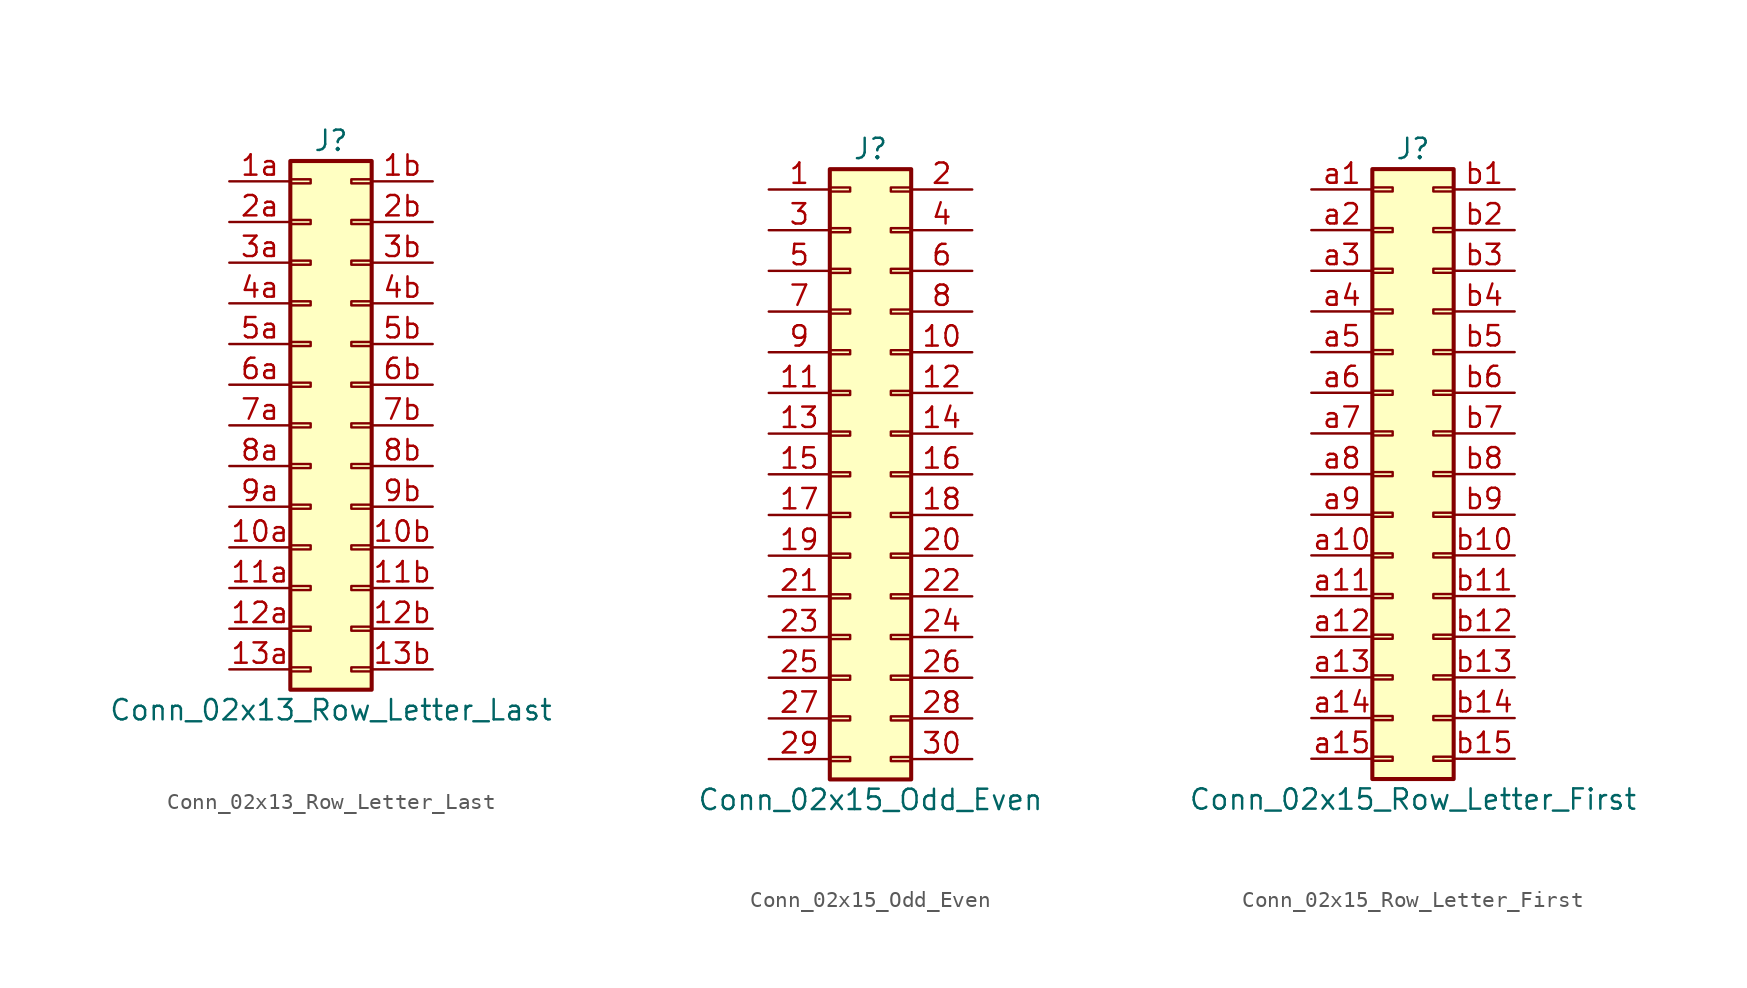
<source format=kicad_sym>
(kicad_symbol_lib
  (version 20201005)
  (generator kicad_symbol_editor)
  (symbol "Conn_02x13_Row_Letter_Last"
    (pin_names
      (offset 1.016) hide)
    (property "Reference" "J"
      (at 1.27 17.78 0)
      (effects (font (size 1.27 1.27))))
    (property "Value" "Conn_02x13_Row_Letter_Last"
      (at 1.27 -17.78 0)
      (effects (font (size 1.27 1.27))))
    (symbol "Conn_02x13_Row_Letter_Last_1_1"
      (rectangle (start -1.27 -15.113) (end 0 -15.367) (stroke (width 0.152)) (fill (type none)))
      (rectangle (start -1.27 -12.573) (end 0 -12.827) (stroke (width 0.152)) (fill (type none)))
      (rectangle (start -1.27 -10.033) (end 0 -10.287) (stroke (width 0.152)) (fill (type none)))
      (rectangle (start -1.27 -7.493) (end 0 -7.747) (stroke (width 0.152)) (fill (type none)))
      (rectangle (start -1.27 -4.953) (end 0 -5.207) (stroke (width 0.152)) (fill (type none)))
      (rectangle (start -1.27 -2.413) (end 0 -2.667) (stroke (width 0.152)) (fill (type none)))
      (rectangle (start -1.27 0.127) (end 0 -0.127) (stroke (width 0.152)) (fill (type none)))
      (rectangle (start -1.27 2.667) (end 0 2.413) (stroke (width 0.152)) (fill (type none)))
      (rectangle (start -1.27 5.207) (end 0 4.953) (stroke (width 0.152)) (fill (type none)))
      (rectangle (start -1.27 7.747) (end 0 7.493) (stroke (width 0.152)) (fill (type none)))
      (rectangle (start -1.27 10.287) (end 0 10.033) (stroke (width 0.152)) (fill (type none)))
      (rectangle (start -1.27 12.827) (end 0 12.573) (stroke (width 0.152)) (fill (type none)))
      (rectangle (start -1.27 15.367) (end 0 15.113) (stroke (width 0.152)) (fill (type none)))
      (rectangle (start -1.27 16.51) (end 3.81 -16.51) (stroke (width 0.254)) (fill (type background)))
      (rectangle (start 3.81 -15.113) (end 2.54 -15.367) (stroke (width 0.152)) (fill (type none)))
      (rectangle (start 3.81 -12.573) (end 2.54 -12.827) (stroke (width 0.152)) (fill (type none)))
      (rectangle (start 3.81 -10.033) (end 2.54 -10.287) (stroke (width 0.152)) (fill (type none)))
      (rectangle (start 3.81 -7.493) (end 2.54 -7.747) (stroke (width 0.152)) (fill (type none)))
      (rectangle (start 3.81 -4.953) (end 2.54 -5.207) (stroke (width 0.152)) (fill (type none)))
      (rectangle (start 3.81 -2.413) (end 2.54 -2.667) (stroke (width 0.152)) (fill (type none)))
      (rectangle (start 3.81 0.127) (end 2.54 -0.127) (stroke (width 0.152)) (fill (type none)))
      (rectangle (start 3.81 2.667) (end 2.54 2.413) (stroke (width 0.152)) (fill (type none)))
      (rectangle (start 3.81 5.207) (end 2.54 4.953) (stroke (width 0.152)) (fill (type none)))
      (rectangle (start 3.81 7.747) (end 2.54 7.493) (stroke (width 0.152)) (fill (type none)))
      (rectangle (start 3.81 10.287) (end 2.54 10.033) (stroke (width 0.152)) (fill (type none)))
      (rectangle (start 3.81 12.827) (end 2.54 12.573) (stroke (width 0.152)) (fill (type none)))
      (rectangle (start 3.81 15.367) (end 2.54 15.113) (stroke (width 0.152)) (fill (type none)))
      (pin passive line (at -5.08 -7.62 0) (length 3.81) (name "Pin_10a" (effects (font (size 1.27 1.27)))) (number "10a" (effects (font (size 1.27 1.27)))))
      (pin passive line (at 7.62 -7.62 180) (length 3.81) (name "Pin_10b" (effects (font (size 1.27 1.27)))) (number "10b" (effects (font (size 1.27 1.27)))))
      (pin passive line (at -5.08 -10.16 0) (length 3.81) (name "Pin_11a" (effects (font (size 1.27 1.27)))) (number "11a" (effects (font (size 1.27 1.27)))))
      (pin passive line (at 7.62 -10.16 180) (length 3.81) (name "Pin_11b" (effects (font (size 1.27 1.27)))) (number "11b" (effects (font (size 1.27 1.27)))))
      (pin passive line (at -5.08 -12.7 0) (length 3.81) (name "Pin_12a" (effects (font (size 1.27 1.27)))) (number "12a" (effects (font (size 1.27 1.27)))))
      (pin passive line (at 7.62 -12.7 180) (length 3.81) (name "Pin_12b" (effects (font (size 1.27 1.27)))) (number "12b" (effects (font (size 1.27 1.27)))))
      (pin passive line (at -5.08 -15.24 0) (length 3.81) (name "Pin_13a" (effects (font (size 1.27 1.27)))) (number "13a" (effects (font (size 1.27 1.27)))))
      (pin passive line (at 7.62 -15.24 180) (length 3.81) (name "Pin_13b" (effects (font (size 1.27 1.27)))) (number "13b" (effects (font (size 1.27 1.27)))))
      (pin passive line (at -5.08 15.24 0) (length 3.81) (name "Pin_1a" (effects (font (size 1.27 1.27)))) (number "1a" (effects (font (size 1.27 1.27)))))
      (pin passive line (at 7.62 15.24 180) (length 3.81) (name "Pin_1b" (effects (font (size 1.27 1.27)))) (number "1b" (effects (font (size 1.27 1.27)))))
      (pin passive line (at -5.08 12.7 0) (length 3.81) (name "Pin_2a" (effects (font (size 1.27 1.27)))) (number "2a" (effects (font (size 1.27 1.27)))))
      (pin passive line (at 7.62 12.7 180) (length 3.81) (name "Pin_2b" (effects (font (size 1.27 1.27)))) (number "2b" (effects (font (size 1.27 1.27)))))
      (pin passive line (at -5.08 10.16 0) (length 3.81) (name "Pin_3a" (effects (font (size 1.27 1.27)))) (number "3a" (effects (font (size 1.27 1.27)))))
      (pin passive line (at 7.62 10.16 180) (length 3.81) (name "Pin_3b" (effects (font (size 1.27 1.27)))) (number "3b" (effects (font (size 1.27 1.27)))))
      (pin passive line (at -5.08 7.62 0) (length 3.81) (name "Pin_4a" (effects (font (size 1.27 1.27)))) (number "4a" (effects (font (size 1.27 1.27)))))
      (pin passive line (at 7.62 7.62 180) (length 3.81) (name "Pin_4b" (effects (font (size 1.27 1.27)))) (number "4b" (effects (font (size 1.27 1.27)))))
      (pin passive line (at -5.08 5.08 0) (length 3.81) (name "Pin_5a" (effects (font (size 1.27 1.27)))) (number "5a" (effects (font (size 1.27 1.27)))))
      (pin passive line (at 7.62 5.08 180) (length 3.81) (name "Pin_5b" (effects (font (size 1.27 1.27)))) (number "5b" (effects (font (size 1.27 1.27)))))
      (pin passive line (at -5.08 2.54 0) (length 3.81) (name "Pin_6a" (effects (font (size 1.27 1.27)))) (number "6a" (effects (font (size 1.27 1.27)))))
      (pin passive line (at 7.62 2.54 180) (length 3.81) (name "Pin_6b" (effects (font (size 1.27 1.27)))) (number "6b" (effects (font (size 1.27 1.27)))))
      (pin passive line (at -5.08 0 0) (length 3.81) (name "Pin_7a" (effects (font (size 1.27 1.27)))) (number "7a" (effects (font (size 1.27 1.27)))))
      (pin passive line (at 7.62 0 180) (length 3.81) (name "Pin_7b" (effects (font (size 1.27 1.27)))) (number "7b" (effects (font (size 1.27 1.27)))))
      (pin passive line (at -5.08 -2.54 0) (length 3.81) (name "Pin_8a" (effects (font (size 1.27 1.27)))) (number "8a" (effects (font (size 1.27 1.27)))))
      (pin passive line (at 7.62 -2.54 180) (length 3.81) (name "Pin_8b" (effects (font (size 1.27 1.27)))) (number "8b" (effects (font (size 1.27 1.27)))))
      (pin passive line (at -5.08 -5.08 0) (length 3.81) (name "Pin_9a" (effects (font (size 1.27 1.27)))) (number "9a" (effects (font (size 1.27 1.27)))))
      (pin passive line (at 7.62 -5.08 180) (length 3.81) (name "Pin_9b" (effects (font (size 1.27 1.27)))) (number "9b" (effects (font (size 1.27 1.27)))))))
  (symbol "Conn_02x15_Odd_Even"
    (pin_names
      (offset 1.016) hide)
    (property "Reference" "J"
      (at 1.27 20.32 0)
      (effects (font (size 1.27 1.27))))
    (property "Value" "Conn_02x15_Odd_Even"
      (at 1.27 -20.32 0)
      (effects (font (size 1.27 1.27))))
    (symbol "Conn_02x15_Odd_Even_1_1"
      (rectangle (start -1.27 -17.653) (end 0 -17.907) (stroke (width 0.152)) (fill (type none)))
      (rectangle (start -1.27 -15.113) (end 0 -15.367) (stroke (width 0.152)) (fill (type none)))
      (rectangle (start -1.27 -12.573) (end 0 -12.827) (stroke (width 0.152)) (fill (type none)))
      (rectangle (start -1.27 -10.033) (end 0 -10.287) (stroke (width 0.152)) (fill (type none)))
      (rectangle (start -1.27 -7.493) (end 0 -7.747) (stroke (width 0.152)) (fill (type none)))
      (rectangle (start -1.27 -4.953) (end 0 -5.207) (stroke (width 0.152)) (fill (type none)))
      (rectangle (start -1.27 -2.413) (end 0 -2.667) (stroke (width 0.152)) (fill (type none)))
      (rectangle (start -1.27 0.127) (end 0 -0.127) (stroke (width 0.152)) (fill (type none)))
      (rectangle (start -1.27 2.667) (end 0 2.413) (stroke (width 0.152)) (fill (type none)))
      (rectangle (start -1.27 5.207) (end 0 4.953) (stroke (width 0.152)) (fill (type none)))
      (rectangle (start -1.27 7.747) (end 0 7.493) (stroke (width 0.152)) (fill (type none)))
      (rectangle (start -1.27 10.287) (end 0 10.033) (stroke (width 0.152)) (fill (type none)))
      (rectangle (start -1.27 12.827) (end 0 12.573) (stroke (width 0.152)) (fill (type none)))
      (rectangle (start -1.27 15.367) (end 0 15.113) (stroke (width 0.152)) (fill (type none)))
      (rectangle (start -1.27 17.907) (end 0 17.653) (stroke (width 0.152)) (fill (type none)))
      (rectangle (start -1.27 19.05) (end 3.81 -19.05) (stroke (width 0.254)) (fill (type background)))
      (rectangle (start 3.81 -17.653) (end 2.54 -17.907) (stroke (width 0.152)) (fill (type none)))
      (rectangle (start 3.81 -15.113) (end 2.54 -15.367) (stroke (width 0.152)) (fill (type none)))
      (rectangle (start 3.81 -12.573) (end 2.54 -12.827) (stroke (width 0.152)) (fill (type none)))
      (rectangle (start 3.81 -10.033) (end 2.54 -10.287) (stroke (width 0.152)) (fill (type none)))
      (rectangle (start 3.81 -7.493) (end 2.54 -7.747) (stroke (width 0.152)) (fill (type none)))
      (rectangle (start 3.81 -4.953) (end 2.54 -5.207) (stroke (width 0.152)) (fill (type none)))
      (rectangle (start 3.81 -2.413) (end 2.54 -2.667) (stroke (width 0.152)) (fill (type none)))
      (rectangle (start 3.81 0.127) (end 2.54 -0.127) (stroke (width 0.152)) (fill (type none)))
      (rectangle (start 3.81 2.667) (end 2.54 2.413) (stroke (width 0.152)) (fill (type none)))
      (rectangle (start 3.81 5.207) (end 2.54 4.953) (stroke (width 0.152)) (fill (type none)))
      (rectangle (start 3.81 7.747) (end 2.54 7.493) (stroke (width 0.152)) (fill (type none)))
      (rectangle (start 3.81 10.287) (end 2.54 10.033) (stroke (width 0.152)) (fill (type none)))
      (rectangle (start 3.81 12.827) (end 2.54 12.573) (stroke (width 0.152)) (fill (type none)))
      (rectangle (start 3.81 15.367) (end 2.54 15.113) (stroke (width 0.152)) (fill (type none)))
      (rectangle (start 3.81 17.907) (end 2.54 17.653) (stroke (width 0.152)) (fill (type none)))
      (pin passive line (at -5.08 17.78 0) (length 3.81) (name "Pin_1" (effects (font (size 1.27 1.27)))) (number "1" (effects (font (size 1.27 1.27)))))
      (pin passive line (at 7.62 7.62 180) (length 3.81) (name "Pin_10" (effects (font (size 1.27 1.27)))) (number "10" (effects (font (size 1.27 1.27)))))
      (pin passive line (at -5.08 5.08 0) (length 3.81) (name "Pin_11" (effects (font (size 1.27 1.27)))) (number "11" (effects (font (size 1.27 1.27)))))
      (pin passive line (at 7.62 5.08 180) (length 3.81) (name "Pin_12" (effects (font (size 1.27 1.27)))) (number "12" (effects (font (size 1.27 1.27)))))
      (pin passive line (at -5.08 2.54 0) (length 3.81) (name "Pin_13" (effects (font (size 1.27 1.27)))) (number "13" (effects (font (size 1.27 1.27)))))
      (pin passive line (at 7.62 2.54 180) (length 3.81) (name "Pin_14" (effects (font (size 1.27 1.27)))) (number "14" (effects (font (size 1.27 1.27)))))
      (pin passive line (at -5.08 0 0) (length 3.81) (name "Pin_15" (effects (font (size 1.27 1.27)))) (number "15" (effects (font (size 1.27 1.27)))))
      (pin passive line (at 7.62 0 180) (length 3.81) (name "Pin_16" (effects (font (size 1.27 1.27)))) (number "16" (effects (font (size 1.27 1.27)))))
      (pin passive line (at -5.08 -2.54 0) (length 3.81) (name "Pin_17" (effects (font (size 1.27 1.27)))) (number "17" (effects (font (size 1.27 1.27)))))
      (pin passive line (at 7.62 -2.54 180) (length 3.81) (name "Pin_18" (effects (font (size 1.27 1.27)))) (number "18" (effects (font (size 1.27 1.27)))))
      (pin passive line (at -5.08 -5.08 0) (length 3.81) (name "Pin_19" (effects (font (size 1.27 1.27)))) (number "19" (effects (font (size 1.27 1.27)))))
      (pin passive line (at 7.62 17.78 180) (length 3.81) (name "Pin_2" (effects (font (size 1.27 1.27)))) (number "2" (effects (font (size 1.27 1.27)))))
      (pin passive line (at 7.62 -5.08 180) (length 3.81) (name "Pin_20" (effects (font (size 1.27 1.27)))) (number "20" (effects (font (size 1.27 1.27)))))
      (pin passive line (at -5.08 -7.62 0) (length 3.81) (name "Pin_21" (effects (font (size 1.27 1.27)))) (number "21" (effects (font (size 1.27 1.27)))))
      (pin passive line (at 7.62 -7.62 180) (length 3.81) (name "Pin_22" (effects (font (size 1.27 1.27)))) (number "22" (effects (font (size 1.27 1.27)))))
      (pin passive line (at -5.08 -10.16 0) (length 3.81) (name "Pin_23" (effects (font (size 1.27 1.27)))) (number "23" (effects (font (size 1.27 1.27)))))
      (pin passive line (at 7.62 -10.16 180) (length 3.81) (name "Pin_24" (effects (font (size 1.27 1.27)))) (number "24" (effects (font (size 1.27 1.27)))))
      (pin passive line (at -5.08 -12.7 0) (length 3.81) (name "Pin_25" (effects (font (size 1.27 1.27)))) (number "25" (effects (font (size 1.27 1.27)))))
      (pin passive line (at 7.62 -12.7 180) (length 3.81) (name "Pin_26" (effects (font (size 1.27 1.27)))) (number "26" (effects (font (size 1.27 1.27)))))
      (pin passive line (at -5.08 -15.24 0) (length 3.81) (name "Pin_27" (effects (font (size 1.27 1.27)))) (number "27" (effects (font (size 1.27 1.27)))))
      (pin passive line (at 7.62 -15.24 180) (length 3.81) (name "Pin_28" (effects (font (size 1.27 1.27)))) (number "28" (effects (font (size 1.27 1.27)))))
      (pin passive line (at -5.08 -17.78 0) (length 3.81) (name "Pin_29" (effects (font (size 1.27 1.27)))) (number "29" (effects (font (size 1.27 1.27)))))
      (pin passive line (at -5.08 15.24 0) (length 3.81) (name "Pin_3" (effects (font (size 1.27 1.27)))) (number "3" (effects (font (size 1.27 1.27)))))
      (pin passive line (at 7.62 -17.78 180) (length 3.81) (name "Pin_30" (effects (font (size 1.27 1.27)))) (number "30" (effects (font (size 1.27 1.27)))))
      (pin passive line (at 7.62 15.24 180) (length 3.81) (name "Pin_4" (effects (font (size 1.27 1.27)))) (number "4" (effects (font (size 1.27 1.27)))))
      (pin passive line (at -5.08 12.7 0) (length 3.81) (name "Pin_5" (effects (font (size 1.27 1.27)))) (number "5" (effects (font (size 1.27 1.27)))))
      (pin passive line (at 7.62 12.7 180) (length 3.81) (name "Pin_6" (effects (font (size 1.27 1.27)))) (number "6" (effects (font (size 1.27 1.27)))))
      (pin passive line (at -5.08 10.16 0) (length 3.81) (name "Pin_7" (effects (font (size 1.27 1.27)))) (number "7" (effects (font (size 1.27 1.27)))))
      (pin passive line (at 7.62 10.16 180) (length 3.81) (name "Pin_8" (effects (font (size 1.27 1.27)))) (number "8" (effects (font (size 1.27 1.27)))))
      (pin passive line (at -5.08 7.62 0) (length 3.81) (name "Pin_9" (effects (font (size 1.27 1.27)))) (number "9" (effects (font (size 1.27 1.27)))))))
  (symbol "Conn_02x15_Row_Letter_First"
    (pin_names
      (offset 1.016) hide)
    (property "Reference" "J"
      (at 1.27 20.32 0)
      (effects (font (size 1.27 1.27))))
    (property "Value" "Conn_02x15_Row_Letter_First"
      (at 1.27 -20.32 0)
      (effects (font (size 1.27 1.27))))
    (symbol "Conn_02x15_Row_Letter_First_1_1"
      (rectangle (start -1.27 -17.653) (end 0 -17.907) (stroke (width 0.152)) (fill (type none)))
      (rectangle (start -1.27 -15.113) (end 0 -15.367) (stroke (width 0.152)) (fill (type none)))
      (rectangle (start -1.27 -12.573) (end 0 -12.827) (stroke (width 0.152)) (fill (type none)))
      (rectangle (start -1.27 -10.033) (end 0 -10.287) (stroke (width 0.152)) (fill (type none)))
      (rectangle (start -1.27 -7.493) (end 0 -7.747) (stroke (width 0.152)) (fill (type none)))
      (rectangle (start -1.27 -4.953) (end 0 -5.207) (stroke (width 0.152)) (fill (type none)))
      (rectangle (start -1.27 -2.413) (end 0 -2.667) (stroke (width 0.152)) (fill (type none)))
      (rectangle (start -1.27 0.127) (end 0 -0.127) (stroke (width 0.152)) (fill (type none)))
      (rectangle (start -1.27 2.667) (end 0 2.413) (stroke (width 0.152)) (fill (type none)))
      (rectangle (start -1.27 5.207) (end 0 4.953) (stroke (width 0.152)) (fill (type none)))
      (rectangle (start -1.27 7.747) (end 0 7.493) (stroke (width 0.152)) (fill (type none)))
      (rectangle (start -1.27 10.287) (end 0 10.033) (stroke (width 0.152)) (fill (type none)))
      (rectangle (start -1.27 12.827) (end 0 12.573) (stroke (width 0.152)) (fill (type none)))
      (rectangle (start -1.27 15.367) (end 0 15.113) (stroke (width 0.152)) (fill (type none)))
      (rectangle (start -1.27 17.907) (end 0 17.653) (stroke (width 0.152)) (fill (type none)))
      (rectangle (start -1.27 19.05) (end 3.81 -19.05) (stroke (width 0.254)) (fill (type background)))
      (rectangle (start 3.81 -17.653) (end 2.54 -17.907) (stroke (width 0.152)) (fill (type none)))
      (rectangle (start 3.81 -15.113) (end 2.54 -15.367) (stroke (width 0.152)) (fill (type none)))
      (rectangle (start 3.81 -12.573) (end 2.54 -12.827) (stroke (width 0.152)) (fill (type none)))
      (rectangle (start 3.81 -10.033) (end 2.54 -10.287) (stroke (width 0.152)) (fill (type none)))
      (rectangle (start 3.81 -7.493) (end 2.54 -7.747) (stroke (width 0.152)) (fill (type none)))
      (rectangle (start 3.81 -4.953) (end 2.54 -5.207) (stroke (width 0.152)) (fill (type none)))
      (rectangle (start 3.81 -2.413) (end 2.54 -2.667) (stroke (width 0.152)) (fill (type none)))
      (rectangle (start 3.81 0.127) (end 2.54 -0.127) (stroke (width 0.152)) (fill (type none)))
      (rectangle (start 3.81 2.667) (end 2.54 2.413) (stroke (width 0.152)) (fill (type none)))
      (rectangle (start 3.81 5.207) (end 2.54 4.953) (stroke (width 0.152)) (fill (type none)))
      (rectangle (start 3.81 7.747) (end 2.54 7.493) (stroke (width 0.152)) (fill (type none)))
      (rectangle (start 3.81 10.287) (end 2.54 10.033) (stroke (width 0.152)) (fill (type none)))
      (rectangle (start 3.81 12.827) (end 2.54 12.573) (stroke (width 0.152)) (fill (type none)))
      (rectangle (start 3.81 15.367) (end 2.54 15.113) (stroke (width 0.152)) (fill (type none)))
      (rectangle (start 3.81 17.907) (end 2.54 17.653) (stroke (width 0.152)) (fill (type none)))
      (pin passive line (at -5.08 17.78 0) (length 3.81) (name "Pin_a1" (effects (font (size 1.27 1.27)))) (number "a1" (effects (font (size 1.27 1.27)))))
      (pin passive line (at -5.08 -5.08 0) (length 3.81) (name "Pin_a10" (effects (font (size 1.27 1.27)))) (number "a10" (effects (font (size 1.27 1.27)))))
      (pin passive line (at -5.08 -7.62 0) (length 3.81) (name "Pin_a11" (effects (font (size 1.27 1.27)))) (number "a11" (effects (font (size 1.27 1.27)))))
      (pin passive line (at -5.08 -10.16 0) (length 3.81) (name "Pin_a12" (effects (font (size 1.27 1.27)))) (number "a12" (effects (font (size 1.27 1.27)))))
      (pin passive line (at -5.08 -12.7 0) (length 3.81) (name "Pin_a13" (effects (font (size 1.27 1.27)))) (number "a13" (effects (font (size 1.27 1.27)))))
      (pin passive line (at -5.08 -15.24 0) (length 3.81) (name "Pin_a14" (effects (font (size 1.27 1.27)))) (number "a14" (effects (font (size 1.27 1.27)))))
      (pin passive line (at -5.08 -17.78 0) (length 3.81) (name "Pin_a15" (effects (font (size 1.27 1.27)))) (number "a15" (effects (font (size 1.27 1.27)))))
      (pin passive line (at -5.08 15.24 0) (length 3.81) (name "Pin_a2" (effects (font (size 1.27 1.27)))) (number "a2" (effects (font (size 1.27 1.27)))))
      (pin passive line (at -5.08 12.7 0) (length 3.81) (name "Pin_a3" (effects (font (size 1.27 1.27)))) (number "a3" (effects (font (size 1.27 1.27)))))
      (pin passive line (at -5.08 10.16 0) (length 3.81) (name "Pin_a4" (effects (font (size 1.27 1.27)))) (number "a4" (effects (font (size 1.27 1.27)))))
      (pin passive line (at -5.08 7.62 0) (length 3.81) (name "Pin_a5" (effects (font (size 1.27 1.27)))) (number "a5" (effects (font (size 1.27 1.27)))))
      (pin passive line (at -5.08 5.08 0) (length 3.81) (name "Pin_a6" (effects (font (size 1.27 1.27)))) (number "a6" (effects (font (size 1.27 1.27)))))
      (pin passive line (at -5.08 2.54 0) (length 3.81) (name "Pin_a7" (effects (font (size 1.27 1.27)))) (number "a7" (effects (font (size 1.27 1.27)))))
      (pin passive line (at -5.08 0 0) (length 3.81) (name "Pin_a8" (effects (font (size 1.27 1.27)))) (number "a8" (effects (font (size 1.27 1.27)))))
      (pin passive line (at -5.08 -2.54 0) (length 3.81) (name "Pin_a9" (effects (font (size 1.27 1.27)))) (number "a9" (effects (font (size 1.27 1.27)))))
      (pin passive line (at 7.62 17.78 180) (length 3.81) (name "Pin_b1" (effects (font (size 1.27 1.27)))) (number "b1" (effects (font (size 1.27 1.27)))))
      (pin passive line (at 7.62 -5.08 180) (length 3.81) (name "Pin_b10" (effects (font (size 1.27 1.27)))) (number "b10" (effects (font (size 1.27 1.27)))))
      (pin passive line (at 7.62 -7.62 180) (length 3.81) (name "Pin_b11" (effects (font (size 1.27 1.27)))) (number "b11" (effects (font (size 1.27 1.27)))))
      (pin passive line (at 7.62 -10.16 180) (length 3.81) (name "Pin_b12" (effects (font (size 1.27 1.27)))) (number "b12" (effects (font (size 1.27 1.27)))))
      (pin passive line (at 7.62 -12.7 180) (length 3.81) (name "Pin_b13" (effects (font (size 1.27 1.27)))) (number "b13" (effects (font (size 1.27 1.27)))))
      (pin passive line (at 7.62 -15.24 180) (length 3.81) (name "Pin_b14" (effects (font (size 1.27 1.27)))) (number "b14" (effects (font (size 1.27 1.27)))))
      (pin passive line (at 7.62 -17.78 180) (length 3.81) (name "Pin_b15" (effects (font (size 1.27 1.27)))) (number "b15" (effects (font (size 1.27 1.27)))))
      (pin passive line (at 7.62 15.24 180) (length 3.81) (name "Pin_b2" (effects (font (size 1.27 1.27)))) (number "b2" (effects (font (size 1.27 1.27)))))
      (pin passive line (at 7.62 12.7 180) (length 3.81) (name "Pin_b3" (effects (font (size 1.27 1.27)))) (number "b3" (effects (font (size 1.27 1.27)))))
      (pin passive line (at 7.62 10.16 180) (length 3.81) (name "Pin_b4" (effects (font (size 1.27 1.27)))) (number "b4" (effects (font (size 1.27 1.27)))))
      (pin passive line (at 7.62 7.62 180) (length 3.81) (name "Pin_b5" (effects (font (size 1.27 1.27)))) (number "b5" (effects (font (size 1.27 1.27)))))
      (pin passive line (at 7.62 5.08 180) (length 3.81) (name "Pin_b6" (effects (font (size 1.27 1.27)))) (number "b6" (effects (font (size 1.27 1.27)))))
      (pin passive line (at 7.62 2.54 180) (length 3.81) (name "Pin_b7" (effects (font (size 1.27 1.27)))) (number "b7" (effects (font (size 1.27 1.27)))))
      (pin passive line (at 7.62 0 180) (length 3.81) (name "Pin_b8" (effects (font (size 1.27 1.27)))) (number "b8" (effects (font (size 1.27 1.27)))))
      (pin passive line (at 7.62 -2.54 180) (length 3.81) (name "Pin_b9" (effects (font (size 1.27 1.27)))) (number "b9" (effects (font (size 1.27 1.27))))))))
</source>
